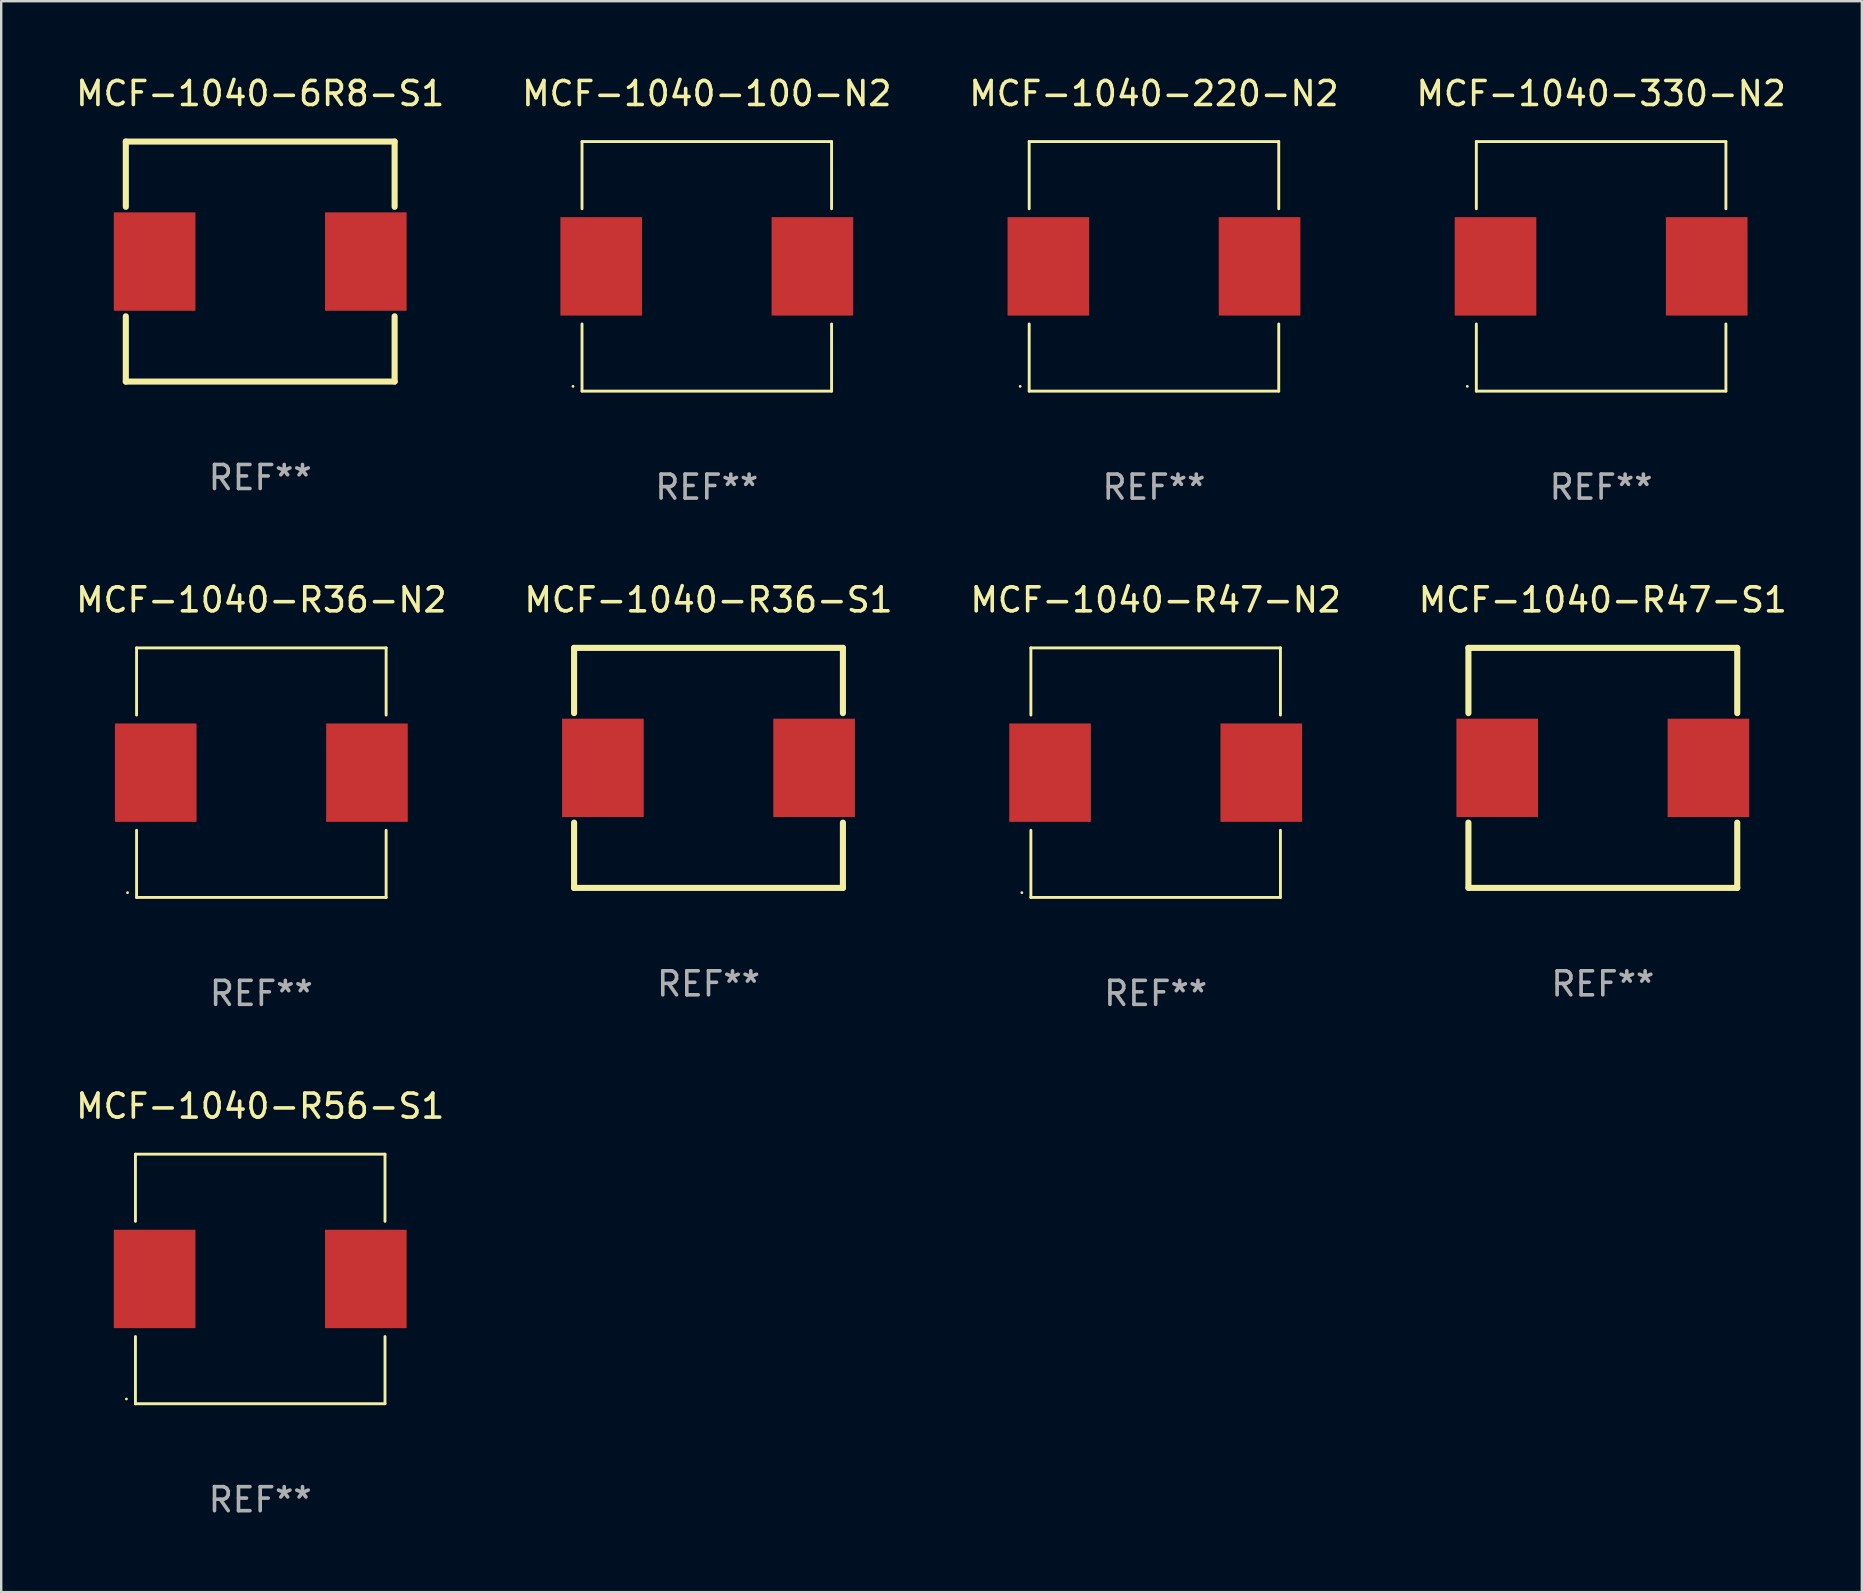
<source format=kicad_pcb>
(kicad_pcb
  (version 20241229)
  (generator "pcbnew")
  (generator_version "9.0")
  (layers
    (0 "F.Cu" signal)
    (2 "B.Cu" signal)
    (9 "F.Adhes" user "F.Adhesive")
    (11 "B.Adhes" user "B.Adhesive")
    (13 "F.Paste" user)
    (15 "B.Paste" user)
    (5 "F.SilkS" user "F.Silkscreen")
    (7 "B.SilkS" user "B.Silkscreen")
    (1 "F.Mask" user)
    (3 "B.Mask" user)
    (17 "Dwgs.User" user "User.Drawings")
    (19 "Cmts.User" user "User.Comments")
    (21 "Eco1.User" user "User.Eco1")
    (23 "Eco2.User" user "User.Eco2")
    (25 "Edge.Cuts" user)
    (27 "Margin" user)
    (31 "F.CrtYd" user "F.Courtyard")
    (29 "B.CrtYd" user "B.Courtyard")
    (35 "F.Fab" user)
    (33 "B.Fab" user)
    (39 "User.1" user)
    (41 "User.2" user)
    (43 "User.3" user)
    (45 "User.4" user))
  (footprint "MCF-1040-330-N2"
    (layer "F.Cu")
    (at 63.661 8.048)
    (property "Reference" "MCF-1040-330-N2" (at 0 -7.199 0) (layer "F.SilkS") (effects (font (size 1 1) (thickness 0.15))))
    (attr through_hole)
    (fp_line (start -5.199 -5.199) (end 5.199 -5.199) (stroke (width 0.12) (type solid)) (layer "F.SilkS"))
    (fp_line (start -5.199 -2.4) (end -5.199 -5.199) (stroke (width 0.12) (type solid)) (layer "F.SilkS"))
    (fp_line (start -5.199 2.4) (end -5.199 5.199) (stroke (width 0.12) (type solid)) (layer "F.SilkS"))
    (fp_line (start -5.199 5.199) (end 5.199 5.199) (stroke (width 0.12) (type solid)) (layer "F.SilkS"))
    (fp_line (start 5.199 -5.199) (end 5.199 -2.4) (stroke (width 0.12) (type solid)) (layer "F.SilkS"))
    (fp_line (start 5.199 5.199) (end 5.199 2.4) (stroke (width 0.12) (type solid)) (layer "F.SilkS"))
    (fp_circle (center -5.575 5) (end -5.545 5) (stroke (width 0.06) (type solid)) (fill no) (layer "F.SilkS"))
    (fp_text user "REF**" (at 0 9.199 0) (layer "F.Fab") (effects (font (size 1 1) (thickness 0.15))))
    (pad "1" smd rect (at -4.4 0) (size 3.4 4.1) (layers "F.Cu" "F.Mask" "F.Paste"))
    (pad "2" smd rect (at 4.4 0) (size 3.4 4.1) (layers "F.Cu" "F.Mask" "F.Paste")))
  (footprint "MCF-1040-R47-S1"
    (layer "F.Cu")
    (at 63.732 28.944)
    (property "Reference" "MCF-1040-R47-S1" (at 0 -7 0) (layer "F.SilkS") (effects (font (size 1 1) (thickness 0.15))))
    (attr through_hole)
    (fp_line (start -5.6 -5) (end 5.6 -5) (stroke (width 0.254) (type solid)) (layer "F.SilkS"))
    (fp_line (start -5.6 -2.281) (end -5.6 -5) (stroke (width 0.254) (type solid)) (layer "F.SilkS"))
    (fp_line (start -5.6 5) (end -5.6 2.281) (stroke (width 0.254) (type solid)) (layer "F.SilkS"))
    (fp_line (start 5.6 -2.281) (end 5.6 -5) (stroke (width 0.254) (type solid)) (layer "F.SilkS"))
    (fp_line (start 5.6 5) (end -5.6 5) (stroke (width 0.254) (type solid)) (layer "F.SilkS"))
    (fp_line (start 5.6 5) (end 5.6 2.281) (stroke (width 0.254) (type solid)) (layer "F.SilkS"))
    (fp_circle (center -5.6 5) (end -5.57 5) (stroke (width 0.06) (type solid)) (fill no) (layer "F.SilkS"))
    (fp_text user "REF**" (at 0 9 0) (layer "F.Fab") (effects (font (size 1 1) (thickness 0.15))))
    (pad "1" smd rect (at -4.4 0) (size 3.4 4.1) (layers "F.Cu" "F.Mask" "F.Paste"))
    (pad "2" smd rect (at 4.4 0) (size 3.4 4.1) (layers "F.Cu" "F.Mask" "F.Paste")))
  (footprint "MCF-1040-R36-N2"
    (layer "F.Cu")
    (at 7.839 29.143)
    (property "Reference" "MCF-1040-R36-N2" (at 0 -7.199 0) (layer "F.SilkS") (effects (font (size 1 1) (thickness 0.15))))
    (attr through_hole)
    (fp_line (start -5.199 -5.199) (end 5.199 -5.199) (stroke (width 0.12) (type solid)) (layer "F.SilkS"))
    (fp_line (start -5.199 -2.4) (end -5.199 -5.199) (stroke (width 0.12) (type solid)) (layer "F.SilkS"))
    (fp_line (start -5.199 2.4) (end -5.199 5.199) (stroke (width 0.12) (type solid)) (layer "F.SilkS"))
    (fp_line (start -5.199 5.199) (end 5.199 5.199) (stroke (width 0.12) (type solid)) (layer "F.SilkS"))
    (fp_line (start 5.199 -5.199) (end 5.199 -2.4) (stroke (width 0.12) (type solid)) (layer "F.SilkS"))
    (fp_line (start 5.199 5.199) (end 5.199 2.4) (stroke (width 0.12) (type solid)) (layer "F.SilkS"))
    (fp_circle (center -5.575 5) (end -5.545 5) (stroke (width 0.06) (type solid)) (fill no) (layer "F.SilkS"))
    (fp_text user "REF**" (at 0 9.199 0) (layer "F.Fab") (effects (font (size 1 1) (thickness 0.15))))
    (pad "1" smd rect (at -4.4 0) (size 3.4 4.1) (layers "F.Cu" "F.Mask" "F.Paste"))
    (pad "2" smd rect (at 4.4 0) (size 3.4 4.1) (layers "F.Cu" "F.Mask" "F.Paste")))
  (footprint "MCF-1040-R56-S1"
    (layer "F.Cu")
    (at 7.792 50.238)
    (property "Reference" "MCF-1040-R56-S1" (at 0 -7.199 0) (layer "F.SilkS") (effects (font (size 1 1) (thickness 0.15))))
    (attr through_hole)
    (fp_line (start -5.199 -5.199) (end 5.199 -5.199) (stroke (width 0.12) (type solid)) (layer "F.SilkS"))
    (fp_line (start -5.199 -2.4) (end -5.199 -5.199) (stroke (width 0.12) (type solid)) (layer "F.SilkS"))
    (fp_line (start -5.199 2.4) (end -5.199 5.199) (stroke (width 0.12) (type solid)) (layer "F.SilkS"))
    (fp_line (start -5.199 5.199) (end 5.199 5.199) (stroke (width 0.12) (type solid)) (layer "F.SilkS"))
    (fp_line (start 5.199 -5.199) (end 5.199 -2.4) (stroke (width 0.12) (type solid)) (layer "F.SilkS"))
    (fp_line (start 5.199 5.199) (end 5.199 2.4) (stroke (width 0.12) (type solid)) (layer "F.SilkS"))
    (fp_circle (center -5.575 5) (end -5.545 5) (stroke (width 0.06) (type solid)) (fill no) (layer "F.SilkS"))
    (fp_text user "REF**" (at 0 9.199 0) (layer "F.Fab") (effects (font (size 1 1) (thickness 0.15))))
    (pad "1" smd rect (at -4.4 0) (size 3.4 4.1) (layers "F.Cu" "F.Mask" "F.Paste"))
    (pad "2" smd rect (at 4.4 0) (size 3.4 4.1) (layers "F.Cu" "F.Mask" "F.Paste")))
  (footprint "MCF-1040-6R8-S1"
    (layer "F.Cu")
    (at 7.792 7.848)
    (property "Reference" "MCF-1040-6R8-S1" (at 0 -7 0) (layer "F.SilkS") (effects (font (size 1 1) (thickness 0.15))))
    (attr through_hole)
    (fp_line (start -5.6 -5) (end 5.6 -5) (stroke (width 0.254) (type solid)) (layer "F.SilkS"))
    (fp_line (start -5.6 -2.281) (end -5.6 -5) (stroke (width 0.254) (type solid)) (layer "F.SilkS"))
    (fp_line (start -5.6 5) (end -5.6 2.281) (stroke (width 0.254) (type solid)) (layer "F.SilkS"))
    (fp_line (start 5.6 -2.281) (end 5.6 -5) (stroke (width 0.254) (type solid)) (layer "F.SilkS"))
    (fp_line (start 5.6 5) (end -5.6 5) (stroke (width 0.254) (type solid)) (layer "F.SilkS"))
    (fp_line (start 5.6 5) (end 5.6 2.281) (stroke (width 0.254) (type solid)) (layer "F.SilkS"))
    (fp_circle (center -5.6 5) (end -5.57 5) (stroke (width 0.06) (type solid)) (fill no) (layer "F.SilkS"))
    (fp_text user "REF**" (at 0 9 0) (layer "F.Fab") (effects (font (size 1 1) (thickness 0.15))))
    (pad "1" smd rect (at -4.4 0) (size 3.4 4.1) (layers "F.Cu" "F.Mask" "F.Paste"))
    (pad "2" smd rect (at 4.4 0) (size 3.4 4.1) (layers "F.Cu" "F.Mask" "F.Paste")))
  (footprint "MCF-1040-100-N2"
    (layer "F.Cu")
    (at 26.399 8.048)
    (property "Reference" "MCF-1040-100-N2" (at 0 -7.199 0) (layer "F.SilkS") (effects (font (size 1 1) (thickness 0.15))))
    (attr through_hole)
    (fp_line (start -5.199 -5.199) (end 5.199 -5.199) (stroke (width 0.12) (type solid)) (layer "F.SilkS"))
    (fp_line (start -5.199 -2.4) (end -5.199 -5.199) (stroke (width 0.12) (type solid)) (layer "F.SilkS"))
    (fp_line (start -5.199 2.4) (end -5.199 5.199) (stroke (width 0.12) (type solid)) (layer "F.SilkS"))
    (fp_line (start -5.199 5.199) (end 5.199 5.199) (stroke (width 0.12) (type solid)) (layer "F.SilkS"))
    (fp_line (start 5.199 -5.199) (end 5.199 -2.4) (stroke (width 0.12) (type solid)) (layer "F.SilkS"))
    (fp_line (start 5.199 5.199) (end 5.199 2.4) (stroke (width 0.12) (type solid)) (layer "F.SilkS"))
    (fp_circle (center -5.575 5) (end -5.545 5) (stroke (width 0.06) (type solid)) (fill no) (layer "F.SilkS"))
    (fp_text user "REF**" (at 0 9.199 0) (layer "F.Fab") (effects (font (size 1 1) (thickness 0.15))))
    (pad "1" smd rect (at -4.4 0) (size 3.4 4.1) (layers "F.Cu" "F.Mask" "F.Paste"))
    (pad "2" smd rect (at 4.4 0) (size 3.4 4.1) (layers "F.Cu" "F.Mask" "F.Paste")))
  (footprint "MCF-1040-R36-S1"
    (layer "F.Cu")
    (at 26.47 28.944)
    (property "Reference" "MCF-1040-R36-S1" (at 0 -7 0) (layer "F.SilkS") (effects (font (size 1 1) (thickness 0.15))))
    (attr through_hole)
    (fp_line (start -5.6 -5) (end 5.6 -5) (stroke (width 0.254) (type solid)) (layer "F.SilkS"))
    (fp_line (start -5.6 -2.281) (end -5.6 -5) (stroke (width 0.254) (type solid)) (layer "F.SilkS"))
    (fp_line (start -5.6 5) (end -5.6 2.281) (stroke (width 0.254) (type solid)) (layer "F.SilkS"))
    (fp_line (start 5.6 -2.281) (end 5.6 -5) (stroke (width 0.254) (type solid)) (layer "F.SilkS"))
    (fp_line (start 5.6 5) (end -5.6 5) (stroke (width 0.254) (type solid)) (layer "F.SilkS"))
    (fp_line (start 5.6 5) (end 5.6 2.281) (stroke (width 0.254) (type solid)) (layer "F.SilkS"))
    (fp_circle (center -5.6 5) (end -5.57 5) (stroke (width 0.06) (type solid)) (fill no) (layer "F.SilkS"))
    (fp_text user "REF**" (at 0 9 0) (layer "F.Fab") (effects (font (size 1 1) (thickness 0.15))))
    (pad "1" smd rect (at -4.4 0) (size 3.4 4.1) (layers "F.Cu" "F.Mask" "F.Paste"))
    (pad "2" smd rect (at 4.4 0) (size 3.4 4.1) (layers "F.Cu" "F.Mask" "F.Paste")))
  (footprint "MCF-1040-220-N2"
    (layer "F.Cu")
    (at 45.03 8.048)
    (property "Reference" "MCF-1040-220-N2" (at 0 -7.199 0) (layer "F.SilkS") (effects (font (size 1 1) (thickness 0.15))))
    (attr through_hole)
    (fp_line (start -5.199 -5.199) (end 5.199 -5.199) (stroke (width 0.12) (type solid)) (layer "F.SilkS"))
    (fp_line (start -5.199 -2.4) (end -5.199 -5.199) (stroke (width 0.12) (type solid)) (layer "F.SilkS"))
    (fp_line (start -5.199 2.4) (end -5.199 5.199) (stroke (width 0.12) (type solid)) (layer "F.SilkS"))
    (fp_line (start -5.199 5.199) (end 5.199 5.199) (stroke (width 0.12) (type solid)) (layer "F.SilkS"))
    (fp_line (start 5.199 -5.199) (end 5.199 -2.4) (stroke (width 0.12) (type solid)) (layer "F.SilkS"))
    (fp_line (start 5.199 5.199) (end 5.199 2.4) (stroke (width 0.12) (type solid)) (layer "F.SilkS"))
    (fp_circle (center -5.575 5) (end -5.545 5) (stroke (width 0.06) (type solid)) (fill no) (layer "F.SilkS"))
    (fp_text user "REF**" (at 0 9.199 0) (layer "F.Fab") (effects (font (size 1 1) (thickness 0.15))))
    (pad "1" smd rect (at -4.4 0) (size 3.4 4.1) (layers "F.Cu" "F.Mask" "F.Paste"))
    (pad "2" smd rect (at 4.4 0) (size 3.4 4.1) (layers "F.Cu" "F.Mask" "F.Paste")))
  (footprint "MCF-1040-R47-N2"
    (layer "F.Cu")
    (at 45.101 29.143)
    (property "Reference" "MCF-1040-R47-N2" (at 0 -7.199 0) (layer "F.SilkS") (effects (font (size 1 1) (thickness 0.15))))
    (attr through_hole)
    (fp_line (start -5.199 -5.199) (end 5.199 -5.199) (stroke (width 0.12) (type solid)) (layer "F.SilkS"))
    (fp_line (start -5.199 -2.4) (end -5.199 -5.199) (stroke (width 0.12) (type solid)) (layer "F.SilkS"))
    (fp_line (start -5.199 2.4) (end -5.199 5.199) (stroke (width 0.12) (type solid)) (layer "F.SilkS"))
    (fp_line (start -5.199 5.199) (end 5.199 5.199) (stroke (width 0.12) (type solid)) (layer "F.SilkS"))
    (fp_line (start 5.199 -5.199) (end 5.199 -2.4) (stroke (width 0.12) (type solid)) (layer "F.SilkS"))
    (fp_line (start 5.199 5.199) (end 5.199 2.4) (stroke (width 0.12) (type solid)) (layer "F.SilkS"))
    (fp_circle (center -5.575 5) (end -5.545 5) (stroke (width 0.06) (type solid)) (fill no) (layer "F.SilkS"))
    (fp_text user "REF**" (at 0 9.199 0) (layer "F.Fab") (effects (font (size 1 1) (thickness 0.15))))
    (pad "1" smd rect (at -4.4 0) (size 3.4 4.1) (layers "F.Cu" "F.Mask" "F.Paste"))
    (pad "2" smd rect (at 4.4 0) (size 3.4 4.1) (layers "F.Cu" "F.Mask" "F.Paste")))
  (gr_rect
    (start -3 -3)
    (end 74.524 63.286)
    (stroke (width 0.1) (type default))
    (fill no)
    (layer "Edge.Cuts")))
</source>
